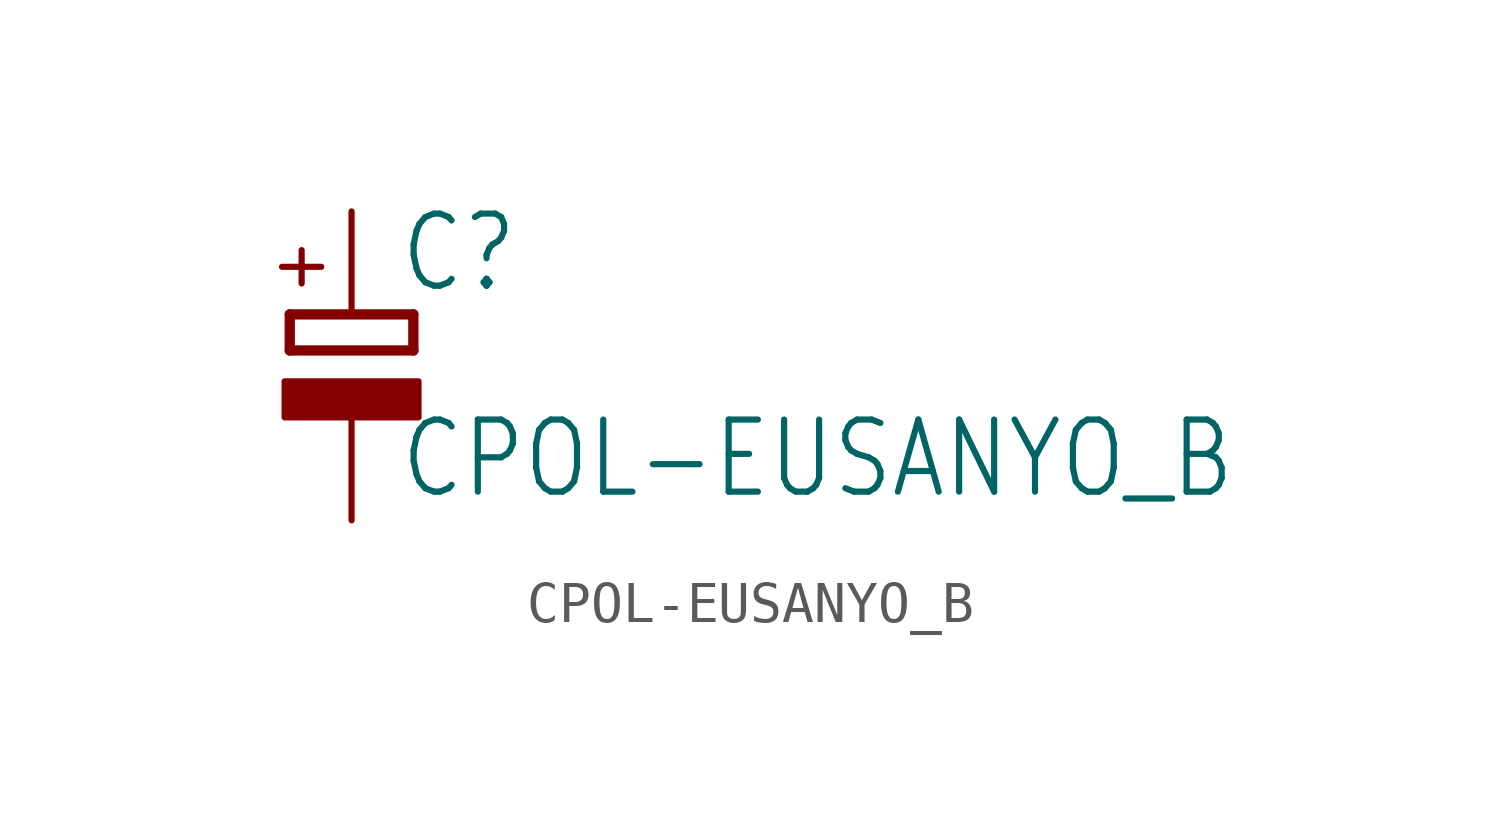
<source format=kicad_sym>
(kicad_symbol_lib
  (version 20220914)
  (generator kicad_symbol_editor)
  (symbol "CPOL-EUSANYO_B"
    (property "Reference" "C"
      (at 1.143 0.483 0)
      (effects (font (size 1.778 1.511)) (justify left bottom)))
    (property "Value" "CPOL-EUSANYO_B"
      (at 1.143 -4.597 0)
      (effects (font (size 1.778 1.511)) (justify left bottom)))
    (property "ki_locked" ""
      (at 0 0 0)
      (effects (font (size 1.27 1.27))))
    (symbol "CPOL-EUSANYO_B_1_0"
      (rectangle (start -1.651 -2.54) (end 1.651 -1.651) (stroke (width 0) (type default)) (fill (type outline)))
      (polyline (pts (xy -1.524 -0.889) (xy 1.524 -0.889)) (stroke (width 0.254) (type default)) (fill (type none)))
      (polyline (pts (xy -1.524 0) (xy -1.524 -0.889)) (stroke (width 0.254) (type default)) (fill (type none)))
      (polyline (pts (xy -1.524 0) (xy 1.524 0)) (stroke (width 0.254) (type default)) (fill (type none)))
      (polyline (pts (xy 1.524 -0.889) (xy 1.524 0)) (stroke (width 0.254) (type default)) (fill (type none)))
      (text "+" (at -0.584 0.406 900) (effects (font (size 1.27 1.079)) (justify left bottom)))
      (pin passive line (at 0 2.54 270) (length 2.54) (name "+" (effects (font (size 0 0)))) (number "+" (effects (font (size 0 0)))))
      (pin passive line (at 0 -5.08 90) (length 2.54) (name "-" (effects (font (size 0 0)))) (number "-" (effects (font (size 0 0))))))))
</source>
